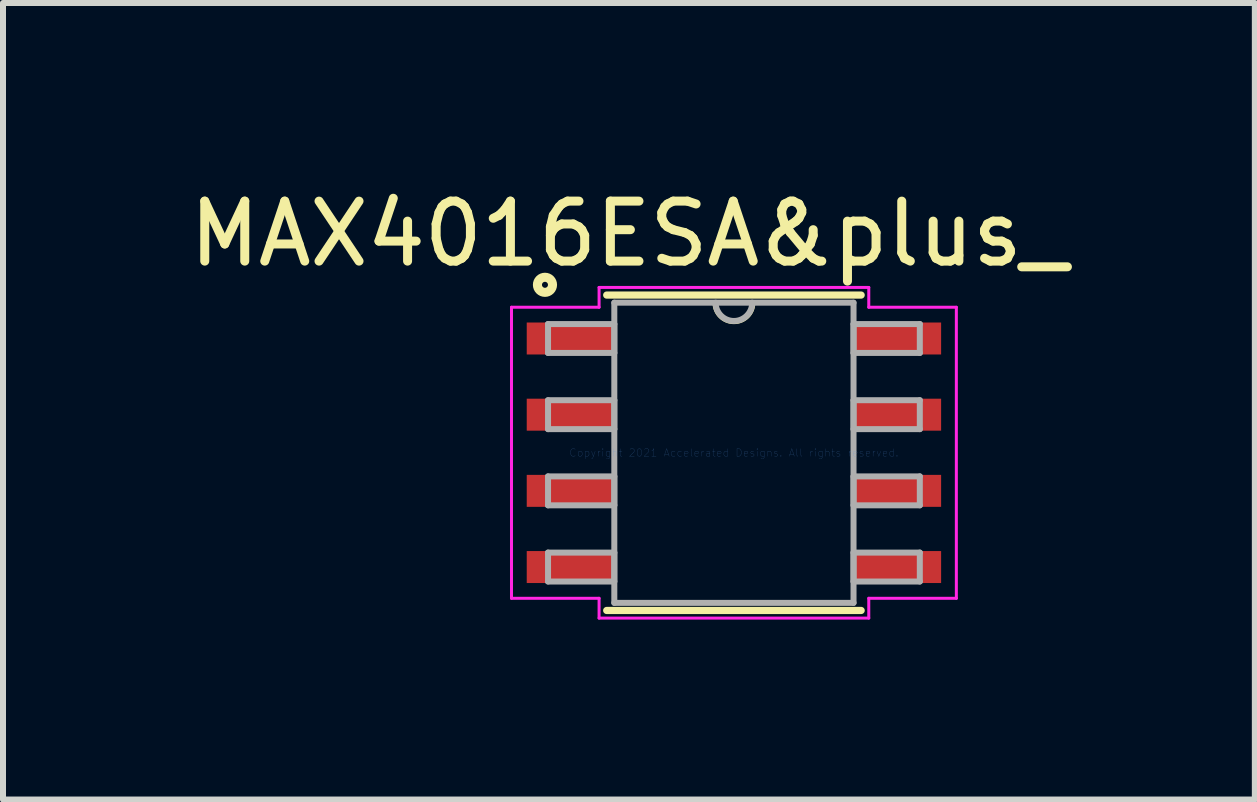
<source format=kicad_pcb>
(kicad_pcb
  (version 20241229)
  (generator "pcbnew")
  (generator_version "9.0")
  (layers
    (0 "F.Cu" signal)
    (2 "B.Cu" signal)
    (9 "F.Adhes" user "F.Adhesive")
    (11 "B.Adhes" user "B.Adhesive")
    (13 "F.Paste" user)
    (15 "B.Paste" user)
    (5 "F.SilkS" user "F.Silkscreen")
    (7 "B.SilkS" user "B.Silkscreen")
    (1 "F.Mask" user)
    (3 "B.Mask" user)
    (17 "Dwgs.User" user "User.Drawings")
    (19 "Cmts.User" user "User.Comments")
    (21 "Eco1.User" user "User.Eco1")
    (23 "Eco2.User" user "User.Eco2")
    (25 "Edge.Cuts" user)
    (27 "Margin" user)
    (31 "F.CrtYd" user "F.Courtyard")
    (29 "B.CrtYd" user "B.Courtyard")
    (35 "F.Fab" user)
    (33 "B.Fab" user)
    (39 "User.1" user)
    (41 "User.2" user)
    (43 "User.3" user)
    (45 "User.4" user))
  (footprint "MAX4016ESA&plus_"
    (layer "F.Cu")
    (at 9.185 4.498)
    (property "Reference" "MAX4016ESA&plus_" (at -1.75 -3.65 0) (layer "F.SilkS") (effects (font (size 1 1) (thickness 0.15))))
    (attr through_hole)
    (fp_line (start -2.121 2.629) (end 2.121 2.629) (stroke (width 0.12) (type solid)) (layer "F.SilkS"))
    (fp_line (start 2.121 -2.629) (end -2.121 -2.629) (stroke (width 0.12) (type solid)) (layer "F.SilkS"))
    (fp_arc (start 0.332317 -2.5019) (mid 0 -2.169583) (end -0.332317 -2.5019) (stroke (width 0.05) (type solid)) (layer "F.SilkS"))
    (fp_circle (center -3.15 -2.8) (end -3.15 -2.75) (stroke (width 0.12) (type solid)) (fill no) (layer "F.SilkS"))
    (fp_circle (center -3.15 -2.8) (end -3.05 -2.7) (stroke (width 0.12) (type solid)) (fill no) (layer "F.SilkS"))
    (fp_line (start -3.708 -2.426) (end -2.248 -2.426) (stroke (width 0.05) (type solid)) (layer "F.CrtYd"))
    (fp_line (start -3.708 2.426) (end -3.708 -2.426) (stroke (width 0.05) (type solid)) (layer "F.CrtYd"))
    (fp_line (start -2.248 -2.756) (end 2.248 -2.756) (stroke (width 0.05) (type solid)) (layer "F.CrtYd"))
    (fp_line (start -2.248 -2.426) (end -2.248 -2.756) (stroke (width 0.05) (type solid)) (layer "F.CrtYd"))
    (fp_line (start -2.248 2.426) (end -3.708 2.426) (stroke (width 0.05) (type solid)) (layer "F.CrtYd"))
    (fp_line (start -2.248 2.756) (end -2.248 2.426) (stroke (width 0.05) (type solid)) (layer "F.CrtYd"))
    (fp_line (start 2.248 -2.756) (end 2.248 -2.426) (stroke (width 0.05) (type solid)) (layer "F.CrtYd"))
    (fp_line (start 2.248 -2.426) (end 3.708 -2.426) (stroke (width 0.05) (type solid)) (layer "F.CrtYd"))
    (fp_line (start 2.248 2.426) (end 2.248 2.756) (stroke (width 0.05) (type solid)) (layer "F.CrtYd"))
    (fp_line (start 2.248 2.756) (end -2.248 2.756) (stroke (width 0.05) (type solid)) (layer "F.CrtYd"))
    (fp_line (start 3.708 -2.426) (end 3.708 2.426) (stroke (width 0.05) (type solid)) (layer "F.CrtYd"))
    (fp_line (start 3.708 2.426) (end 2.248 2.426) (stroke (width 0.05) (type solid)) (layer "F.CrtYd"))
    (fp_line (start -3.099 -2.146) (end -3.099 -1.664) (stroke (width 0.1) (type solid)) (layer "F.Fab"))
    (fp_line (start -3.099 -1.664) (end -1.994 -1.664) (stroke (width 0.1) (type solid)) (layer "F.Fab"))
    (fp_line (start -3.099 -0.876) (end -3.099 -0.394) (stroke (width 0.1) (type solid)) (layer "F.Fab"))
    (fp_line (start -3.099 -0.394) (end -1.994 -0.394) (stroke (width 0.1) (type solid)) (layer "F.Fab"))
    (fp_line (start -3.099 0.394) (end -3.099 0.876) (stroke (width 0.1) (type solid)) (layer "F.Fab"))
    (fp_line (start -3.099 0.876) (end -1.994 0.876) (stroke (width 0.1) (type solid)) (layer "F.Fab"))
    (fp_line (start -3.099 1.664) (end -3.099 2.146) (stroke (width 0.1) (type solid)) (layer "F.Fab"))
    (fp_line (start -3.099 2.146) (end -1.994 2.146) (stroke (width 0.1) (type solid)) (layer "F.Fab"))
    (fp_line (start -1.994 -2.502) (end -1.994 2.502) (stroke (width 0.1) (type solid)) (layer "F.Fab"))
    (fp_line (start -1.994 -2.146) (end -3.099 -2.146) (stroke (width 0.1) (type solid)) (layer "F.Fab"))
    (fp_line (start -1.994 -1.664) (end -1.994 -2.146) (stroke (width 0.1) (type solid)) (layer "F.Fab"))
    (fp_line (start -1.994 -0.876) (end -3.099 -0.876) (stroke (width 0.1) (type solid)) (layer "F.Fab"))
    (fp_line (start -1.994 -0.394) (end -1.994 -0.876) (stroke (width 0.1) (type solid)) (layer "F.Fab"))
    (fp_line (start -1.994 0.394) (end -3.099 0.394) (stroke (width 0.1) (type solid)) (layer "F.Fab"))
    (fp_line (start -1.994 0.876) (end -1.994 0.394) (stroke (width 0.1) (type solid)) (layer "F.Fab"))
    (fp_line (start -1.994 1.664) (end -3.099 1.664) (stroke (width 0.1) (type solid)) (layer "F.Fab"))
    (fp_line (start -1.994 2.146) (end -1.994 1.664) (stroke (width 0.1) (type solid)) (layer "F.Fab"))
    (fp_line (start -1.994 2.502) (end 1.994 2.502) (stroke (width 0.1) (type solid)) (layer "F.Fab"))
    (fp_line (start 1.994 -2.502) (end -1.994 -2.502) (stroke (width 0.1) (type solid)) (layer "F.Fab"))
    (fp_line (start 1.994 -2.146) (end 1.994 -1.664) (stroke (width 0.1) (type solid)) (layer "F.Fab"))
    (fp_line (start 1.994 -1.664) (end 3.099 -1.664) (stroke (width 0.1) (type solid)) (layer "F.Fab"))
    (fp_line (start 1.994 -0.876) (end 1.994 -0.394) (stroke (width 0.1) (type solid)) (layer "F.Fab"))
    (fp_line (start 1.994 -0.394) (end 3.099 -0.394) (stroke (width 0.1) (type solid)) (layer "F.Fab"))
    (fp_line (start 1.994 0.394) (end 1.994 0.876) (stroke (width 0.1) (type solid)) (layer "F.Fab"))
    (fp_line (start 1.994 0.876) (end 3.099 0.876) (stroke (width 0.1) (type solid)) (layer "F.Fab"))
    (fp_line (start 1.994 1.664) (end 1.994 2.146) (stroke (width 0.1) (type solid)) (layer "F.Fab"))
    (fp_line (start 1.994 2.146) (end 3.099 2.146) (stroke (width 0.1) (type solid)) (layer "F.Fab"))
    (fp_line (start 1.994 2.502) (end 1.994 -2.502) (stroke (width 0.1) (type solid)) (layer "F.Fab"))
    (fp_line (start 3.099 -2.146) (end 1.994 -2.146) (stroke (width 0.1) (type solid)) (layer "F.Fab"))
    (fp_line (start 3.099 -1.664) (end 3.099 -2.146) (stroke (width 0.1) (type solid)) (layer "F.Fab"))
    (fp_line (start 3.099 -0.876) (end 1.994 -0.876) (stroke (width 0.1) (type solid)) (layer "F.Fab"))
    (fp_line (start 3.099 -0.394) (end 3.099 -0.876) (stroke (width 0.1) (type solid)) (layer "F.Fab"))
    (fp_line (start 3.099 0.394) (end 1.994 0.394) (stroke (width 0.1) (type solid)) (layer "F.Fab"))
    (fp_line (start 3.099 0.876) (end 3.099 0.394) (stroke (width 0.1) (type solid)) (layer "F.Fab"))
    (fp_line (start 3.099 1.664) (end 1.994 1.664) (stroke (width 0.1) (type solid)) (layer "F.Fab"))
    (fp_line (start 3.099 2.146) (end 3.099 1.664) (stroke (width 0.1) (type solid)) (layer "F.Fab"))
    (fp_arc (start 0.3048 -2.5019) (mid 0 -2.1971) (end -0.3048 -2.5019) (stroke (width 0.1) (type solid)) (layer "F.Fab"))
    (fp_text user "Copyright 2021 Accelerated Designs. All rights reserved." (at 0 0 0) (layer "Cmts.User") (effects (font (size 0.127 0.127) (thickness 0.002))))
    (pad "1" smd rect (at -2.724 -1.905) (size 1.46 0.533) (layers "F.Cu" "F.Mask" "F.Paste"))
    (pad "2" smd rect (at -2.724 -0.635) (size 1.46 0.533) (layers "F.Cu" "F.Mask" "F.Paste"))
    (pad "3" smd rect (at -2.724 0.635) (size 1.46 0.533) (layers "F.Cu" "F.Mask" "F.Paste"))
    (pad "4" smd rect (at -2.724 1.905) (size 1.46 0.533) (layers "F.Cu" "F.Mask" "F.Paste"))
    (pad "5" smd rect (at 2.724 1.905) (size 1.46 0.533) (layers "F.Cu" "F.Mask" "F.Paste"))
    (pad "6" smd rect (at 2.724 0.635) (size 1.46 0.533) (layers "F.Cu" "F.Mask" "F.Paste"))
    (pad "7" smd rect (at 2.724 -0.635) (size 1.46 0.533) (layers "F.Cu" "F.Mask" "F.Paste"))
    (pad "8" smd rect (at 2.724 -1.905) (size 1.46 0.533) (layers "F.Cu" "F.Mask" "F.Paste")))
  (gr_rect
    (start -3 -3)
    (end 17.869 10.279)
    (stroke (width 0.1) (type default))
    (fill no)
    (layer "Edge.Cuts")))
</source>
